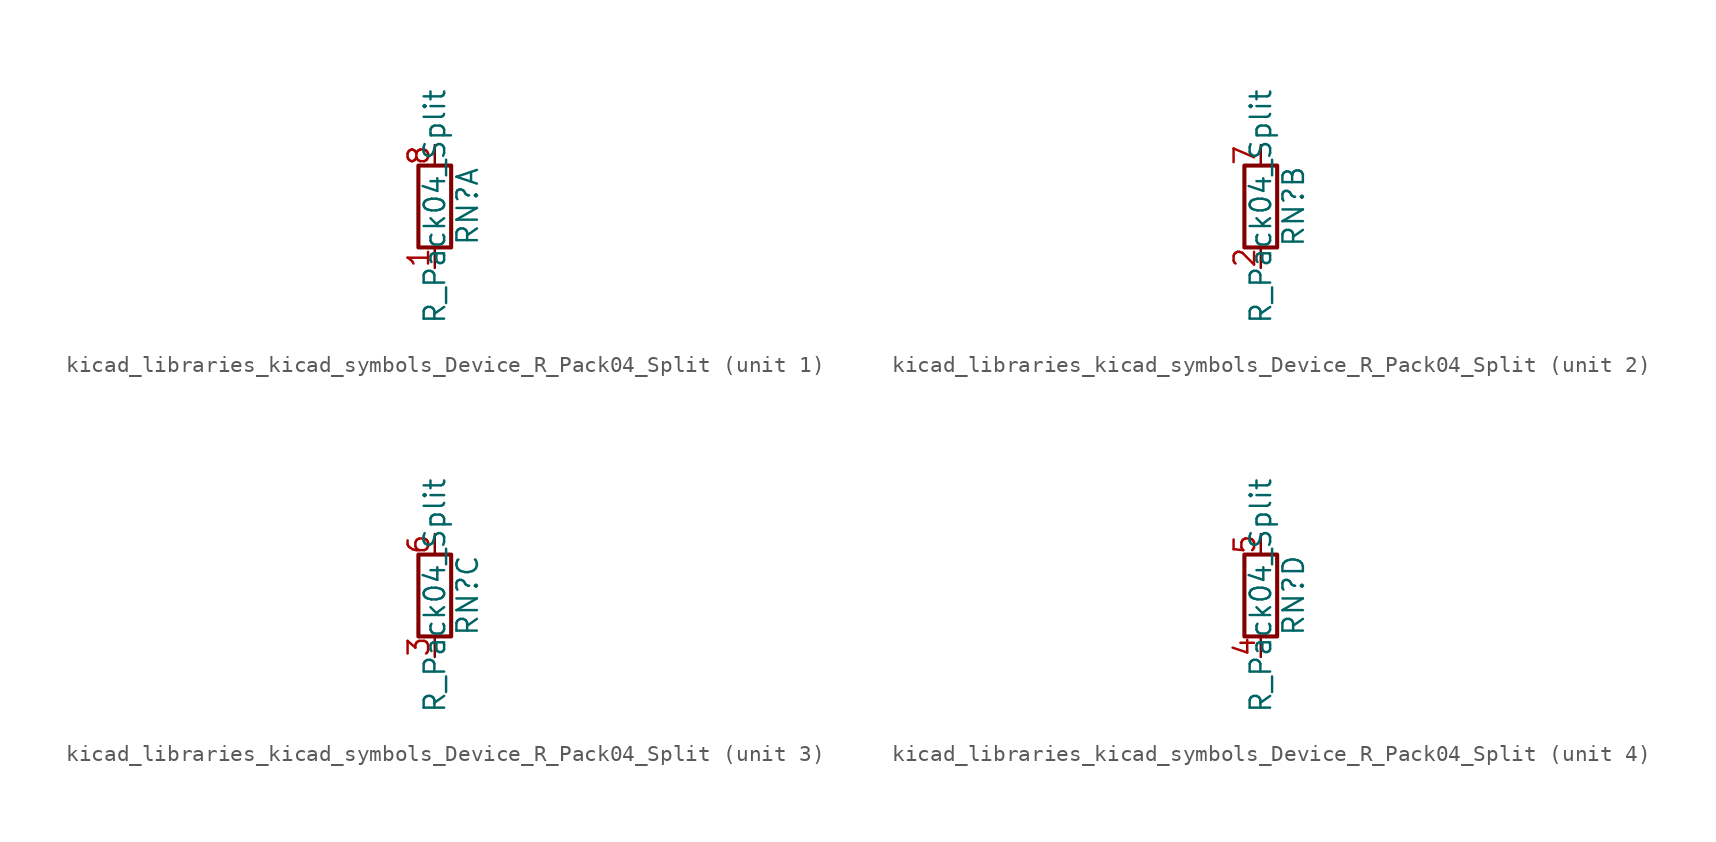
<source format=kicad_sym>
(kicad_symbol_lib
  (version 20220914)
  (generator kicad_symbol_editor)
  (symbol "kicad_libraries_kicad_symbols_Device_R_Pack04_Split"
    (pin_names
      (offset 0) hide)
    (property "Reference" "RN"
      (at 2.032 0 90)
      (effects (font (size 1.27 1.27))))
    (property "Value" "R_Pack04_Split"
      (at 0 0 90)
      (effects (font (size 1.27 1.27))))
    (symbol "kicad_libraries_kicad_symbols_Device_R_Pack04_Split_0_1"
      (rectangle (start 1.016 2.54) (end -1.016 -2.54) (stroke (width 0.254) (type default)) (fill (type none))))
    (symbol "kicad_libraries_kicad_symbols_Device_R_Pack04_Split_1_1"
      (pin passive line (at 0 -3.81 90) (length 1.27) (name "R1.1" (effects (font (size 1.27 1.27)))) (number "1" (effects (font (size 1.27 1.27)))))
      (pin passive line (at 0 3.81 270) (length 1.27) (name "R1.2" (effects (font (size 1.27 1.27)))) (number "8" (effects (font (size 1.27 1.27))))))
    (symbol "kicad_libraries_kicad_symbols_Device_R_Pack04_Split_2_1"
      (pin passive line (at 0 -3.81 90) (length 1.27) (name "R2.1" (effects (font (size 1.27 1.27)))) (number "2" (effects (font (size 1.27 1.27)))))
      (pin passive line (at 0 3.81 270) (length 1.27) (name "R2.2" (effects (font (size 1.27 1.27)))) (number "7" (effects (font (size 1.27 1.27))))))
    (symbol "kicad_libraries_kicad_symbols_Device_R_Pack04_Split_3_1"
      (pin passive line (at 0 -3.81 90) (length 1.27) (name "R3.1" (effects (font (size 1.27 1.27)))) (number "3" (effects (font (size 1.27 1.27)))))
      (pin passive line (at 0 3.81 270) (length 1.27) (name "R3.2" (effects (font (size 1.27 1.27)))) (number "6" (effects (font (size 1.27 1.27))))))
    (symbol "kicad_libraries_kicad_symbols_Device_R_Pack04_Split_4_1"
      (pin passive line (at 0 -3.81 90) (length 1.27) (name "R4.1" (effects (font (size 1.27 1.27)))) (number "4" (effects (font (size 1.27 1.27)))))
      (pin passive line (at 0 3.81 270) (length 1.27) (name "R4.2" (effects (font (size 1.27 1.27)))) (number "5" (effects (font (size 1.27 1.27))))))))
</source>
